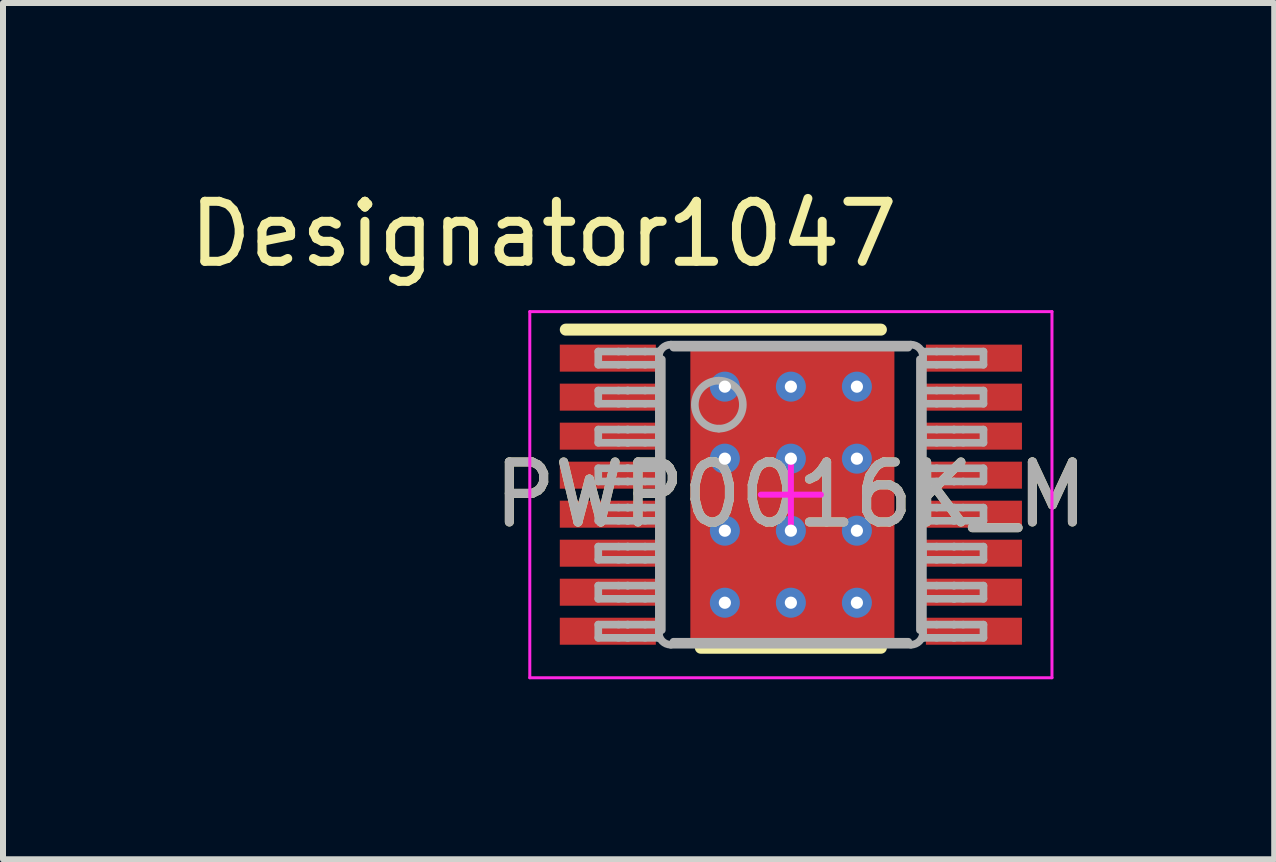
<source format=kicad_pcb>
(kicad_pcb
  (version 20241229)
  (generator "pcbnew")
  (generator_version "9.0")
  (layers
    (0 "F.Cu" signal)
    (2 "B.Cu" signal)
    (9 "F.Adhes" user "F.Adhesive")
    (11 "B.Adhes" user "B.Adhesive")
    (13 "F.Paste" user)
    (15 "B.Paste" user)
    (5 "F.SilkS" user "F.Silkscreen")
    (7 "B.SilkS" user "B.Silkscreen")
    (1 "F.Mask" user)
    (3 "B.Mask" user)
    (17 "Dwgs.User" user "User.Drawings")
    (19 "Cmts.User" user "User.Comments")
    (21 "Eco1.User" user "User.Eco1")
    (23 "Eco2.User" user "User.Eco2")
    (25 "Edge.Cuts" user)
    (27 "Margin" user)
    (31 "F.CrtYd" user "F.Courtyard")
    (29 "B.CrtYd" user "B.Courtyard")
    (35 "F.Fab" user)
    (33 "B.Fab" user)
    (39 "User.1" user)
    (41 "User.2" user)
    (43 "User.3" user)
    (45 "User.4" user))
  (footprint "PWP0016K_M"
    (layer "F.Cu")
    (at 10.127 5.192)
    (property "Reference" "PWP0016K_M" (at 0 0 0) (unlocked yes) (layer "F.SilkS") (effects (font (size 1 1) (thickness 0.15))))
    (attr smd)
    (fp_poly (pts (xy -1.23 1.109) (xy -1.23 -1.109) (xy -1.229 -1.118) (xy -1.226 -1.126) (xy -1.222 -1.134) (xy -1.216 -1.141) (xy -1.209 -1.147) (xy -1.201 -1.151) (xy -1.193 -1.154) (xy -1.184 -1.155) (xy 1.184 -1.155) (xy 1.193 -1.154) (xy 1.201 -1.151) (xy 1.209 -1.147) (xy 1.216 -1.141) (xy 1.222 -1.134) (xy 1.226 -1.126) (xy 1.229 -1.118) (xy 1.23 -1.109) (xy 1.23 1.109) (xy 1.229 1.118) (xy 1.226 1.126) (xy 1.222 1.134) (xy 1.216 1.141) (xy 1.209 1.147) (xy 1.201 1.151) (xy 1.193 1.154) (xy 1.184 1.155) (xy -1.184 1.155) (xy -1.193 1.154) (xy -1.201 1.151) (xy -1.209 1.147) (xy -1.216 1.141) (xy -1.222 1.134) (xy -1.226 1.126) (xy -1.229 1.118)) (stroke (width 0) (type solid)) (fill yes) (layer "F.Mask"))
    (fp_line (start -3.75 -2.75) (end 1.5 -2.75) (stroke (width 0.2) (type solid)) (layer "F.SilkS"))
    (fp_line (start -1.5 2.55) (end 1.5 2.55) (stroke (width 0.2) (type solid)) (layer "F.SilkS"))
    (fp_poly (pts (xy -1.23 1.109) (xy -1.23 -1.109) (xy -1.229 -1.118) (xy -1.226 -1.126) (xy -1.222 -1.134) (xy -1.216 -1.141) (xy -1.209 -1.147) (xy -1.201 -1.151) (xy -1.193 -1.154) (xy -1.184 -1.155) (xy 1.184 -1.155) (xy 1.193 -1.154) (xy 1.201 -1.151) (xy 1.209 -1.147) (xy 1.216 -1.141) (xy 1.222 -1.134) (xy 1.226 -1.126) (xy 1.229 -1.118) (xy 1.23 -1.109) (xy 1.23 1.109) (xy 1.229 1.118) (xy 1.226 1.126) (xy 1.222 1.134) (xy 1.216 1.141) (xy 1.209 1.147) (xy 1.201 1.151) (xy 1.193 1.154) (xy 1.184 1.155) (xy -1.184 1.155) (xy -1.193 1.154) (xy -1.201 1.151) (xy -1.209 1.147) (xy -1.216 1.141) (xy -1.222 1.134) (xy -1.226 1.126) (xy -1.229 1.118)) (stroke (width 0) (type solid)) (fill yes) (layer "F.Paste"))
    (fp_line (start -4.35 -3.05) (end 4.35 -3.05) (stroke (width 0.05) (type solid)) (layer "F.CrtYd"))
    (fp_line (start -4.35 3.05) (end -4.35 -3.05) (stroke (width 0.05) (type solid)) (layer "F.CrtYd"))
    (fp_line (start -4.35 3.05) (end 4.35 3.05) (stroke (width 0.05) (type solid)) (layer "F.CrtYd"))
    (fp_line (start -0.5 -0.000003) (end 0.5 -0.000003) (stroke (width 0.1) (type solid)) (layer "F.CrtYd"))
    (fp_line (start -0.000003 0.5) (end -0.000003 -0.5) (stroke (width 0.1) (type solid)) (layer "F.CrtYd"))
    (fp_line (start 4.35 3.05) (end 4.35 -3.05) (stroke (width 0.05) (type solid)) (layer "F.CrtYd"))
    (fp_line (start -3.209 -2.385) (end -2.871 -2.385) (stroke (width 0.127) (type solid)) (layer "F.Fab"))
    (fp_line (start -3.209 -2.165) (end -3.209 -2.385) (stroke (width 0.127) (type solid)) (layer "F.Fab"))
    (fp_line (start -3.209 -2.165) (end -2.871 -2.165) (stroke (width 0.127) (type solid)) (layer "F.Fab"))
    (fp_line (start -3.209 -1.735) (end -2.871 -1.735) (stroke (width 0.127) (type solid)) (layer "F.Fab"))
    (fp_line (start -3.209 -1.515) (end -3.209 -1.735) (stroke (width 0.127) (type solid)) (layer "F.Fab"))
    (fp_line (start -3.209 -1.515) (end -2.871 -1.515) (stroke (width 0.127) (type solid)) (layer "F.Fab"))
    (fp_line (start -3.209 -1.085) (end -2.871 -1.085) (stroke (width 0.127) (type solid)) (layer "F.Fab"))
    (fp_line (start -3.209 -0.865) (end -3.209 -1.085) (stroke (width 0.127) (type solid)) (layer "F.Fab"))
    (fp_line (start -3.209 -0.865) (end -2.871 -0.865) (stroke (width 0.127) (type solid)) (layer "F.Fab"))
    (fp_line (start -3.209 -0.44) (end -2.871 -0.44) (stroke (width 0.127) (type solid)) (layer "F.Fab"))
    (fp_line (start -3.209 -0.22) (end -3.209 -0.44) (stroke (width 0.127) (type solid)) (layer "F.Fab"))
    (fp_line (start -3.209 -0.22) (end -2.871 -0.22) (stroke (width 0.127) (type solid)) (layer "F.Fab"))
    (fp_line (start -3.209 0.215) (end -2.871 0.215) (stroke (width 0.127) (type solid)) (layer "F.Fab"))
    (fp_line (start -3.209 0.435) (end -3.209 0.215) (stroke (width 0.127) (type solid)) (layer "F.Fab"))
    (fp_line (start -3.209 0.435) (end -2.871 0.435) (stroke (width 0.127) (type solid)) (layer "F.Fab"))
    (fp_line (start -3.209 0.865) (end -2.871 0.865) (stroke (width 0.127) (type solid)) (layer "F.Fab"))
    (fp_line (start -3.209 1.085) (end -3.209 0.865) (stroke (width 0.127) (type solid)) (layer "F.Fab"))
    (fp_line (start -3.209 1.085) (end -2.871 1.085) (stroke (width 0.127) (type solid)) (layer "F.Fab"))
    (fp_line (start -3.209 1.515) (end -2.871 1.515) (stroke (width 0.127) (type solid)) (layer "F.Fab"))
    (fp_line (start -3.209 1.735) (end -3.209 1.515) (stroke (width 0.127) (type solid)) (layer "F.Fab"))
    (fp_line (start -3.209 1.735) (end -2.871 1.735) (stroke (width 0.127) (type solid)) (layer "F.Fab"))
    (fp_line (start -3.209 2.165) (end -2.871 2.165) (stroke (width 0.127) (type solid)) (layer "F.Fab"))
    (fp_line (start -3.209 2.385) (end -3.209 2.165) (stroke (width 0.127) (type solid)) (layer "F.Fab"))
    (fp_line (start -3.209 2.385) (end -2.871 2.385) (stroke (width 0.127) (type solid)) (layer "F.Fab"))
    (fp_line (start -2.871 -2.385) (end -2.723 -2.385) (stroke (width 0.127) (type solid)) (layer "F.Fab"))
    (fp_line (start -2.871 -2.165) (end -2.723 -2.165) (stroke (width 0.127) (type solid)) (layer "F.Fab"))
    (fp_line (start -2.871 -1.735) (end -2.723 -1.735) (stroke (width 0.127) (type solid)) (layer "F.Fab"))
    (fp_line (start -2.871 -1.515) (end -2.723 -1.515) (stroke (width 0.127) (type solid)) (layer "F.Fab"))
    (fp_line (start -2.871 -1.085) (end -2.723 -1.085) (stroke (width 0.127) (type solid)) (layer "F.Fab"))
    (fp_line (start -2.871 -0.865) (end -2.723 -0.865) (stroke (width 0.127) (type solid)) (layer "F.Fab"))
    (fp_line (start -2.871 -0.44) (end -2.723 -0.44) (stroke (width 0.127) (type solid)) (layer "F.Fab"))
    (fp_line (start -2.871 -0.22) (end -2.723 -0.22) (stroke (width 0.127) (type solid)) (layer "F.Fab"))
    (fp_line (start -2.871 0.215) (end -2.723 0.215) (stroke (width 0.127) (type solid)) (layer "F.Fab"))
    (fp_line (start -2.871 0.435) (end -2.723 0.435) (stroke (width 0.127) (type solid)) (layer "F.Fab"))
    (fp_line (start -2.871 0.865) (end -2.723 0.865) (stroke (width 0.127) (type solid)) (layer "F.Fab"))
    (fp_line (start -2.871 1.085) (end -2.723 1.085) (stroke (width 0.127) (type solid)) (layer "F.Fab"))
    (fp_line (start -2.871 1.515) (end -2.723 1.515) (stroke (width 0.127) (type solid)) (layer "F.Fab"))
    (fp_line (start -2.871 1.735) (end -2.723 1.735) (stroke (width 0.127) (type solid)) (layer "F.Fab"))
    (fp_line (start -2.871 2.165) (end -2.723 2.165) (stroke (width 0.127) (type solid)) (layer "F.Fab"))
    (fp_line (start -2.871 2.385) (end -2.723 2.385) (stroke (width 0.127) (type solid)) (layer "F.Fab"))
    (fp_line (start -2.723 -2.385) (end -2.714 -2.385) (stroke (width 0.127) (type solid)) (layer "F.Fab"))
    (fp_line (start -2.723 -2.165) (end -2.714 -2.165) (stroke (width 0.127) (type solid)) (layer "F.Fab"))
    (fp_line (start -2.723 -1.735) (end -2.714 -1.735) (stroke (width 0.127) (type solid)) (layer "F.Fab"))
    (fp_line (start -2.723 -1.515) (end -2.714 -1.515) (stroke (width 0.127) (type solid)) (layer "F.Fab"))
    (fp_line (start -2.723 -1.085) (end -2.714 -1.085) (stroke (width 0.127) (type solid)) (layer "F.Fab"))
    (fp_line (start -2.723 -0.865) (end -2.714 -0.865) (stroke (width 0.127) (type solid)) (layer "F.Fab"))
    (fp_line (start -2.723 -0.44) (end -2.714 -0.44) (stroke (width 0.127) (type solid)) (layer "F.Fab"))
    (fp_line (start -2.723 -0.22) (end -2.714 -0.22) (stroke (width 0.127) (type solid)) (layer "F.Fab"))
    (fp_line (start -2.723 0.215) (end -2.714 0.215) (stroke (width 0.127) (type solid)) (layer "F.Fab"))
    (fp_line (start -2.723 0.435) (end -2.714 0.435) (stroke (width 0.127) (type solid)) (layer "F.Fab"))
    (fp_line (start -2.723 0.865) (end -2.714 0.865) (stroke (width 0.127) (type solid)) (layer "F.Fab"))
    (fp_line (start -2.723 1.085) (end -2.714 1.085) (stroke (width 0.127) (type solid)) (layer "F.Fab"))
    (fp_line (start -2.723 1.515) (end -2.714 1.515) (stroke (width 0.127) (type solid)) (layer "F.Fab"))
    (fp_line (start -2.723 1.735) (end -2.714 1.735) (stroke (width 0.127) (type solid)) (layer "F.Fab"))
    (fp_line (start -2.723 2.165) (end -2.714 2.165) (stroke (width 0.127) (type solid)) (layer "F.Fab"))
    (fp_line (start -2.723 2.385) (end -2.714 2.385) (stroke (width 0.127) (type solid)) (layer "F.Fab"))
    (fp_line (start -2.714 -2.385) (end -2.429 -2.385) (stroke (width 0.127) (type solid)) (layer "F.Fab"))
    (fp_line (start -2.714 -2.165) (end -2.429 -2.165) (stroke (width 0.127) (type solid)) (layer "F.Fab"))
    (fp_line (start -2.714 -1.735) (end -2.429 -1.735) (stroke (width 0.127) (type solid)) (layer "F.Fab"))
    (fp_line (start -2.714 -1.515) (end -2.429 -1.515) (stroke (width 0.127) (type solid)) (layer "F.Fab"))
    (fp_line (start -2.714 -1.085) (end -2.429 -1.085) (stroke (width 0.127) (type solid)) (layer "F.Fab"))
    (fp_line (start -2.714 -0.865) (end -2.429 -0.865) (stroke (width 0.127) (type solid)) (layer "F.Fab"))
    (fp_line (start -2.714 -0.44) (end -2.429 -0.44) (stroke (width 0.127) (type solid)) (layer "F.Fab"))
    (fp_line (start -2.714 -0.22) (end -2.429 -0.22) (stroke (width 0.127) (type solid)) (layer "F.Fab"))
    (fp_line (start -2.714 0.215) (end -2.429 0.215) (stroke (width 0.127) (type solid)) (layer "F.Fab"))
    (fp_line (start -2.714 0.435) (end -2.429 0.435) (stroke (width 0.127) (type solid)) (layer "F.Fab"))
    (fp_line (start -2.714 0.865) (end -2.429 0.865) (stroke (width 0.127) (type solid)) (layer "F.Fab"))
    (fp_line (start -2.714 1.085) (end -2.429 1.085) (stroke (width 0.127) (type solid)) (layer "F.Fab"))
    (fp_line (start -2.714 1.515) (end -2.429 1.515) (stroke (width 0.127) (type solid)) (layer "F.Fab"))
    (fp_line (start -2.714 1.735) (end -2.429 1.735) (stroke (width 0.127) (type solid)) (layer "F.Fab"))
    (fp_line (start -2.714 2.165) (end -2.429 2.165) (stroke (width 0.127) (type solid)) (layer "F.Fab"))
    (fp_line (start -2.714 2.385) (end -2.429 2.385) (stroke (width 0.127) (type solid)) (layer "F.Fab"))
    (fp_line (start -2.429 -2.385) (end -2.2 -2.385) (stroke (width 0.127) (type solid)) (layer "F.Fab"))
    (fp_line (start -2.429 -2.165) (end -2.2 -2.165) (stroke (width 0.127) (type solid)) (layer "F.Fab"))
    (fp_line (start -2.429 -1.735) (end -2.2 -1.735) (stroke (width 0.127) (type solid)) (layer "F.Fab"))
    (fp_line (start -2.429 -1.515) (end -2.2 -1.515) (stroke (width 0.127) (type solid)) (layer "F.Fab"))
    (fp_line (start -2.429 -1.085) (end -2.2 -1.085) (stroke (width 0.127) (type solid)) (layer "F.Fab"))
    (fp_line (start -2.429 -0.865) (end -2.2 -0.865) (stroke (width 0.127) (type solid)) (layer "F.Fab"))
    (fp_line (start -2.429 -0.44) (end -2.2 -0.44) (stroke (width 0.127) (type solid)) (layer "F.Fab"))
    (fp_line (start -2.429 -0.22) (end -2.2 -0.22) (stroke (width 0.127) (type solid)) (layer "F.Fab"))
    (fp_line (start -2.429 0.215) (end -2.2 0.215) (stroke (width 0.127) (type solid)) (layer "F.Fab"))
    (fp_line (start -2.429 0.435) (end -2.2 0.435) (stroke (width 0.127) (type solid)) (layer "F.Fab"))
    (fp_line (start -2.429 0.865) (end -2.2 0.865) (stroke (width 0.127) (type solid)) (layer "F.Fab"))
    (fp_line (start -2.429 1.085) (end -2.2 1.085) (stroke (width 0.127) (type solid)) (layer "F.Fab"))
    (fp_line (start -2.429 1.515) (end -2.2 1.515) (stroke (width 0.127) (type solid)) (layer "F.Fab"))
    (fp_line (start -2.429 1.735) (end -2.2 1.735) (stroke (width 0.127) (type solid)) (layer "F.Fab"))
    (fp_line (start -2.429 2.165) (end -2.2 2.165) (stroke (width 0.127) (type solid)) (layer "F.Fab"))
    (fp_line (start -2.429 2.385) (end -2.2 2.385) (stroke (width 0.127) (type solid)) (layer "F.Fab"))
    (fp_line (start -2.2 -2.165) (end -2.2 -2.385) (stroke (width 0.127) (type solid)) (layer "F.Fab"))
    (fp_line (start -2.2 -1.515) (end -2.2 -1.735) (stroke (width 0.127) (type solid)) (layer "F.Fab"))
    (fp_line (start -2.2 -0.865) (end -2.2 -1.085) (stroke (width 0.127) (type solid)) (layer "F.Fab"))
    (fp_line (start -2.2 -0.22) (end -2.2 -0.44) (stroke (width 0.127) (type solid)) (layer "F.Fab"))
    (fp_line (start -2.2 0.435) (end -2.2 0.215) (stroke (width 0.127) (type solid)) (layer "F.Fab"))
    (fp_line (start -2.2 1.085) (end -2.2 0.865) (stroke (width 0.127) (type solid)) (layer "F.Fab"))
    (fp_line (start -2.2 1.735) (end -2.2 1.515) (stroke (width 0.127) (type solid)) (layer "F.Fab"))
    (fp_line (start -2.2 2.3) (end -2.2 -2.3) (stroke (width 0.127) (type solid)) (layer "F.Fab"))
    (fp_line (start -2.2 2.385) (end -2.2 2.165) (stroke (width 0.127) (type solid)) (layer "F.Fab"))
    (fp_line (start -2.15 2.256) (end -2.15 -2.256) (stroke (width 0.127) (type solid)) (layer "F.Fab"))
    (fp_line (start -2 -2.5) (end 2 -2.5) (stroke (width 0.127) (type solid)) (layer "F.Fab"))
    (fp_line (start -2 2.5) (end 2 2.5) (stroke (width 0.127) (type solid)) (layer "F.Fab"))
    (fp_line (start -1.956 -2.45) (end 1.956 -2.45) (stroke (width 0.127) (type solid)) (layer "F.Fab"))
    (fp_line (start -1.956 2.45) (end 1.956 2.45) (stroke (width 0.127) (type solid)) (layer "F.Fab"))
    (fp_line (start 2.15 2.256) (end 2.15 -2.256) (stroke (width 0.127) (type solid)) (layer "F.Fab"))
    (fp_line (start 2.2 -2.385) (end 2.429 -2.385) (stroke (width 0.127) (type solid)) (layer "F.Fab"))
    (fp_line (start 2.2 -2.165) (end 2.2 -2.385) (stroke (width 0.127) (type solid)) (layer "F.Fab"))
    (fp_line (start 2.2 -2.165) (end 2.429 -2.165) (stroke (width 0.127) (type solid)) (layer "F.Fab"))
    (fp_line (start 2.2 -1.735) (end 2.429 -1.735) (stroke (width 0.127) (type solid)) (layer "F.Fab"))
    (fp_line (start 2.2 -1.515) (end 2.2 -1.735) (stroke (width 0.127) (type solid)) (layer "F.Fab"))
    (fp_line (start 2.2 -1.515) (end 2.429 -1.515) (stroke (width 0.127) (type solid)) (layer "F.Fab"))
    (fp_line (start 2.2 -1.085) (end 2.429 -1.085) (stroke (width 0.127) (type solid)) (layer "F.Fab"))
    (fp_line (start 2.2 -0.865) (end 2.2 -1.085) (stroke (width 0.127) (type solid)) (layer "F.Fab"))
    (fp_line (start 2.2 -0.865) (end 2.429 -0.865) (stroke (width 0.127) (type solid)) (layer "F.Fab"))
    (fp_line (start 2.2 -0.44) (end 2.429 -0.44) (stroke (width 0.127) (type solid)) (layer "F.Fab"))
    (fp_line (start 2.2 -0.22) (end 2.2 -0.44) (stroke (width 0.127) (type solid)) (layer "F.Fab"))
    (fp_line (start 2.2 -0.22) (end 2.429 -0.22) (stroke (width 0.127) (type solid)) (layer "F.Fab"))
    (fp_line (start 2.2 0.215) (end 2.429 0.215) (stroke (width 0.127) (type solid)) (layer "F.Fab"))
    (fp_line (start 2.2 0.435) (end 2.2 0.215) (stroke (width 0.127) (type solid)) (layer "F.Fab"))
    (fp_line (start 2.2 0.435) (end 2.429 0.435) (stroke (width 0.127) (type solid)) (layer "F.Fab"))
    (fp_line (start 2.2 0.865) (end 2.429 0.865) (stroke (width 0.127) (type solid)) (layer "F.Fab"))
    (fp_line (start 2.2 1.085) (end 2.2 0.865) (stroke (width 0.127) (type solid)) (layer "F.Fab"))
    (fp_line (start 2.2 1.085) (end 2.429 1.085) (stroke (width 0.127) (type solid)) (layer "F.Fab"))
    (fp_line (start 2.2 1.515) (end 2.429 1.515) (stroke (width 0.127) (type solid)) (layer "F.Fab"))
    (fp_line (start 2.2 1.735) (end 2.2 1.515) (stroke (width 0.127) (type solid)) (layer "F.Fab"))
    (fp_line (start 2.2 1.735) (end 2.429 1.735) (stroke (width 0.127) (type solid)) (layer "F.Fab"))
    (fp_line (start 2.2 2.165) (end 2.429 2.165) (stroke (width 0.127) (type solid)) (layer "F.Fab"))
    (fp_line (start 2.2 2.3) (end 2.2 -2.3) (stroke (width 0.127) (type solid)) (layer "F.Fab"))
    (fp_line (start 2.2 2.385) (end 2.2 2.165) (stroke (width 0.127) (type solid)) (layer "F.Fab"))
    (fp_line (start 2.2 2.385) (end 2.429 2.385) (stroke (width 0.127) (type solid)) (layer "F.Fab"))
    (fp_line (start 2.429 -2.385) (end 2.714 -2.385) (stroke (width 0.127) (type solid)) (layer "F.Fab"))
    (fp_line (start 2.429 -2.165) (end 2.714 -2.165) (stroke (width 0.127) (type solid)) (layer "F.Fab"))
    (fp_line (start 2.429 -1.735) (end 2.714 -1.735) (stroke (width 0.127) (type solid)) (layer "F.Fab"))
    (fp_line (start 2.429 -1.515) (end 2.714 -1.515) (stroke (width 0.127) (type solid)) (layer "F.Fab"))
    (fp_line (start 2.429 -1.085) (end 2.714 -1.085) (stroke (width 0.127) (type solid)) (layer "F.Fab"))
    (fp_line (start 2.429 -0.865) (end 2.714 -0.865) (stroke (width 0.127) (type solid)) (layer "F.Fab"))
    (fp_line (start 2.429 -0.44) (end 2.714 -0.44) (stroke (width 0.127) (type solid)) (layer "F.Fab"))
    (fp_line (start 2.429 -0.22) (end 2.714 -0.22) (stroke (width 0.127) (type solid)) (layer "F.Fab"))
    (fp_line (start 2.429 0.215) (end 2.714 0.215) (stroke (width 0.127) (type solid)) (layer "F.Fab"))
    (fp_line (start 2.429 0.435) (end 2.714 0.435) (stroke (width 0.127) (type solid)) (layer "F.Fab"))
    (fp_line (start 2.429 0.865) (end 2.714 0.865) (stroke (width 0.127) (type solid)) (layer "F.Fab"))
    (fp_line (start 2.429 1.085) (end 2.714 1.085) (stroke (width 0.127) (type solid)) (layer "F.Fab"))
    (fp_line (start 2.429 1.515) (end 2.714 1.515) (stroke (width 0.127) (type solid)) (layer "F.Fab"))
    (fp_line (start 2.429 1.735) (end 2.714 1.735) (stroke (width 0.127) (type solid)) (layer "F.Fab"))
    (fp_line (start 2.429 2.165) (end 2.714 2.165) (stroke (width 0.127) (type solid)) (layer "F.Fab"))
    (fp_line (start 2.429 2.385) (end 2.714 2.385) (stroke (width 0.127) (type solid)) (layer "F.Fab"))
    (fp_line (start 2.714 -2.385) (end 2.723 -2.385) (stroke (width 0.127) (type solid)) (layer "F.Fab"))
    (fp_line (start 2.714 -2.165) (end 2.723 -2.165) (stroke (width 0.127) (type solid)) (layer "F.Fab"))
    (fp_line (start 2.714 -1.735) (end 2.723 -1.735) (stroke (width 0.127) (type solid)) (layer "F.Fab"))
    (fp_line (start 2.714 -1.515) (end 2.723 -1.515) (stroke (width 0.127) (type solid)) (layer "F.Fab"))
    (fp_line (start 2.714 -1.085) (end 2.723 -1.085) (stroke (width 0.127) (type solid)) (layer "F.Fab"))
    (fp_line (start 2.714 -0.865) (end 2.723 -0.865) (stroke (width 0.127) (type solid)) (layer "F.Fab"))
    (fp_line (start 2.714 -0.44) (end 2.723 -0.44) (stroke (width 0.127) (type solid)) (layer "F.Fab"))
    (fp_line (start 2.714 -0.22) (end 2.723 -0.22) (stroke (width 0.127) (type solid)) (layer "F.Fab"))
    (fp_line (start 2.714 0.215) (end 2.723 0.215) (stroke (width 0.127) (type solid)) (layer "F.Fab"))
    (fp_line (start 2.714 0.435) (end 2.723 0.435) (stroke (width 0.127) (type solid)) (layer "F.Fab"))
    (fp_line (start 2.714 0.865) (end 2.723 0.865) (stroke (width 0.127) (type solid)) (layer "F.Fab"))
    (fp_line (start 2.714 1.085) (end 2.723 1.085) (stroke (width 0.127) (type solid)) (layer "F.Fab"))
    (fp_line (start 2.714 1.515) (end 2.723 1.515) (stroke (width 0.127) (type solid)) (layer "F.Fab"))
    (fp_line (start 2.714 1.735) (end 2.723 1.735) (stroke (width 0.127) (type solid)) (layer "F.Fab"))
    (fp_line (start 2.714 2.165) (end 2.723 2.165) (stroke (width 0.127) (type solid)) (layer "F.Fab"))
    (fp_line (start 2.714 2.385) (end 2.723 2.385) (stroke (width 0.127) (type solid)) (layer "F.Fab"))
    (fp_line (start 2.723 -2.385) (end 2.871 -2.385) (stroke (width 0.127) (type solid)) (layer "F.Fab"))
    (fp_line (start 2.723 -2.165) (end 2.871 -2.165) (stroke (width 0.127) (type solid)) (layer "F.Fab"))
    (fp_line (start 2.723 -1.735) (end 2.871 -1.735) (stroke (width 0.127) (type solid)) (layer "F.Fab"))
    (fp_line (start 2.723 -1.515) (end 2.871 -1.515) (stroke (width 0.127) (type solid)) (layer "F.Fab"))
    (fp_line (start 2.723 -1.085) (end 2.871 -1.085) (stroke (width 0.127) (type solid)) (layer "F.Fab"))
    (fp_line (start 2.723 -0.865) (end 2.871 -0.865) (stroke (width 0.127) (type solid)) (layer "F.Fab"))
    (fp_line (start 2.723 -0.44) (end 2.871 -0.44) (stroke (width 0.127) (type solid)) (layer "F.Fab"))
    (fp_line (start 2.723 -0.22) (end 2.871 -0.22) (stroke (width 0.127) (type solid)) (layer "F.Fab"))
    (fp_line (start 2.723 0.215) (end 2.871 0.215) (stroke (width 0.127) (type solid)) (layer "F.Fab"))
    (fp_line (start 2.723 0.435) (end 2.871 0.435) (stroke (width 0.127) (type solid)) (layer "F.Fab"))
    (fp_line (start 2.723 0.865) (end 2.871 0.865) (stroke (width 0.127) (type solid)) (layer "F.Fab"))
    (fp_line (start 2.723 1.085) (end 2.871 1.085) (stroke (width 0.127) (type solid)) (layer "F.Fab"))
    (fp_line (start 2.723 1.515) (end 2.871 1.515) (stroke (width 0.127) (type solid)) (layer "F.Fab"))
    (fp_line (start 2.723 1.735) (end 2.871 1.735) (stroke (width 0.127) (type solid)) (layer "F.Fab"))
    (fp_line (start 2.723 2.165) (end 2.871 2.165) (stroke (width 0.127) (type solid)) (layer "F.Fab"))
    (fp_line (start 2.723 2.385) (end 2.871 2.385) (stroke (width 0.127) (type solid)) (layer "F.Fab"))
    (fp_line (start 2.871 -2.385) (end 3.209 -2.385) (stroke (width 0.127) (type solid)) (layer "F.Fab"))
    (fp_line (start 2.871 -2.165) (end 3.209 -2.165) (stroke (width 0.127) (type solid)) (layer "F.Fab"))
    (fp_line (start 2.871 -1.735) (end 3.209 -1.735) (stroke (width 0.127) (type solid)) (layer "F.Fab"))
    (fp_line (start 2.871 -1.515) (end 3.209 -1.515) (stroke (width 0.127) (type solid)) (layer "F.Fab"))
    (fp_line (start 2.871 -1.085) (end 3.209 -1.085) (stroke (width 0.127) (type solid)) (layer "F.Fab"))
    (fp_line (start 2.871 -0.865) (end 3.209 -0.865) (stroke (width 0.127) (type solid)) (layer "F.Fab"))
    (fp_line (start 2.871 -0.44) (end 3.209 -0.44) (stroke (width 0.127) (type solid)) (layer "F.Fab"))
    (fp_line (start 2.871 -0.22) (end 3.209 -0.22) (stroke (width 0.127) (type solid)) (layer "F.Fab"))
    (fp_line (start 2.871 0.215) (end 3.209 0.215) (stroke (width 0.127) (type solid)) (layer "F.Fab"))
    (fp_line (start 2.871 0.435) (end 3.209 0.435) (stroke (width 0.127) (type solid)) (layer "F.Fab"))
    (fp_line (start 2.871 0.865) (end 3.209 0.865) (stroke (width 0.127) (type solid)) (layer "F.Fab"))
    (fp_line (start 2.871 1.085) (end 3.209 1.085) (stroke (width 0.127) (type solid)) (layer "F.Fab"))
    (fp_line (start 2.871 1.515) (end 3.209 1.515) (stroke (width 0.127) (type solid)) (layer "F.Fab"))
    (fp_line (start 2.871 1.735) (end 3.209 1.735) (stroke (width 0.127) (type solid)) (layer "F.Fab"))
    (fp_line (start 2.871 2.165) (end 3.209 2.165) (stroke (width 0.127) (type solid)) (layer "F.Fab"))
    (fp_line (start 2.871 2.385) (end 3.209 2.385) (stroke (width 0.127) (type solid)) (layer "F.Fab"))
    (fp_line (start 3.209 -2.165) (end 3.209 -2.385) (stroke (width 0.127) (type solid)) (layer "F.Fab"))
    (fp_line (start 3.209 -1.515) (end 3.209 -1.735) (stroke (width 0.127) (type solid)) (layer "F.Fab"))
    (fp_line (start 3.209 -0.865) (end 3.209 -1.085) (stroke (width 0.127) (type solid)) (layer "F.Fab"))
    (fp_line (start 3.209 -0.22) (end 3.209 -0.44) (stroke (width 0.127) (type solid)) (layer "F.Fab"))
    (fp_line (start 3.209 0.435) (end 3.209 0.215) (stroke (width 0.127) (type solid)) (layer "F.Fab"))
    (fp_line (start 3.209 1.085) (end 3.209 0.865) (stroke (width 0.127) (type solid)) (layer "F.Fab"))
    (fp_line (start 3.209 1.735) (end 3.209 1.515) (stroke (width 0.127) (type solid)) (layer "F.Fab"))
    (fp_line (start 3.209 2.385) (end 3.209 2.165) (stroke (width 0.127) (type solid)) (layer "F.Fab"))
    (fp_arc (start -2.200001 -2.300018) (mid -2.141422 -2.441439) (end -2.000001 -2.500018) (stroke (width 0.127) (type solid)) (layer "F.Fab"))
    (fp_arc (start -2.000001 2.499998) (mid -2.141422 2.441419) (end -2.200001 2.299998) (stroke (width 0.127) (type solid)) (layer "F.Fab"))
    (fp_arc (start -1.200003 -1.900019) (mid -0.800003 -1.50002) (end -1.200003 -1.100021) (stroke (width 0.127) (type solid)) (layer "F.Fab"))
    (fp_arc (start -1.200003 -1.100021) (mid -1.600002 -1.50002) (end -1.200003 -1.900019) (stroke (width 0.127) (type solid)) (layer "F.Fab"))
    (fp_arc (start 1.999991 -2.500018) (mid 2.141412 -2.441439) (end 2.199991 -2.300018) (stroke (width 0.127) (type solid)) (layer "F.Fab"))
    (fp_arc (start 2.199991 2.299998) (mid 2.141412 2.441419) (end 1.999991 2.499998) (stroke (width 0.127) (type solid)) (layer "F.Fab"))
    (fp_text user "Designator1047" (at -4.121 -4.343 0) (unlocked yes) (layer "F.SilkS") (effects (font (size 1 1) (thickness 0.15))))
    (fp_text user "${REFERENCE}" (at 0 0 0) (unlocked yes) (layer "F.Fab") (effects (font (size 1 1) (thickness 0.15))))
    (pad "1" smd rect (at -3.05 -2.275 90) (size 0.45 1.6) (layers "F.Cu" "F.Mask" "F.Paste"))
    (pad "2" smd rect (at -3.05 -1.625 90) (size 0.45 1.6) (layers "F.Cu" "F.Mask" "F.Paste"))
    (pad "3" smd rect (at -3.05 -0.975 90) (size 0.45 1.6) (layers "F.Cu" "F.Mask" "F.Paste"))
    (pad "4" smd rect (at -3.05 -0.325 90) (size 0.45 1.6) (layers "F.Cu" "F.Mask" "F.Paste"))
    (pad "5" smd rect (at -3.05 0.325 90) (size 0.45 1.6) (layers "F.Cu" "F.Mask" "F.Paste"))
    (pad "6" smd rect (at -3.05 0.975 90) (size 0.45 1.6) (layers "F.Cu" "F.Mask" "F.Paste"))
    (pad "7" smd rect (at -3.05 1.625 90) (size 0.45 1.6) (layers "F.Cu" "F.Mask" "F.Paste"))
    (pad "8" smd rect (at -3.05 2.275 90) (size 0.45 1.6) (layers "F.Cu" "F.Mask" "F.Paste"))
    (pad "9" smd rect (at 3.05 2.275 90) (size 0.45 1.6) (layers "F.Cu" "F.Mask" "F.Paste"))
    (pad "10" smd rect (at 3.05 1.625 90) (size 0.45 1.6) (layers "F.Cu" "F.Mask" "F.Paste"))
    (pad "11" smd rect (at 3.05 0.975 90) (size 0.45 1.6) (layers "F.Cu" "F.Mask" "F.Paste"))
    (pad "12" smd rect (at 3.05 0.325 90) (size 0.45 1.6) (layers "F.Cu" "F.Mask" "F.Paste"))
    (pad "13" smd rect (at 3.05 -0.325 90) (size 0.45 1.6) (layers "F.Cu" "F.Mask" "F.Paste"))
    (pad "14" smd rect (at 3.05 -0.975 90) (size 0.45 1.6) (layers "F.Cu" "F.Mask" "F.Paste"))
    (pad "15" smd rect (at 3.05 -1.625 90) (size 0.45 1.6) (layers "F.Cu" "F.Mask" "F.Paste"))
    (pad "16" smd rect (at 3.05 -2.275 90) (size 0.45 1.6) (layers "F.Cu" "F.Mask" "F.Paste"))
    (pad "17" smd rect (at 0.025 -0.000003) (size 3.4 5) (layers "F.Cu" "F.Mask" "F.Paste"))
    (pad "18" thru_hole circle (at 1.1 0.6) (size 0.5 0.5) (drill 0.203) (layers "*.Cu" "*.Mask"))
    (pad "19" thru_hole circle (at 1.1 -0.6) (size 0.5 0.5) (drill 0.203) (layers "*.Cu" "*.Mask"))
    (pad "20" thru_hole circle (at -1.1 0.6) (size 0.5 0.5) (drill 0.203) (layers "*.Cu" "*.Mask"))
    (pad "21" thru_hole circle (at -1.1 -0.6) (size 0.5 0.5) (drill 0.203) (layers "*.Cu" "*.Mask"))
    (pad "22" thru_hole circle (at 0 0.6) (size 0.5 0.5) (drill 0.203) (layers "*.Cu" "*.Mask"))
    (pad "23" thru_hole circle (at 0 -0.6) (size 0.5 0.5) (drill 0.203) (layers "*.Cu" "*.Mask"))
    (pad "24" thru_hole circle (at 1.1 1.8) (size 0.5 0.5) (drill 0.203) (layers "*.Cu" "*.Mask"))
    (pad "25" thru_hole circle (at 0 1.8) (size 0.5 0.5) (drill 0.203) (layers "*.Cu" "*.Mask"))
    (pad "26" thru_hole circle (at -1.1 1.8) (size 0.5 0.5) (drill 0.203) (layers "*.Cu" "*.Mask"))
    (pad "27" thru_hole circle (at 1.1 -1.8) (size 0.5 0.5) (drill 0.203) (layers "*.Cu" "*.Mask"))
    (pad "28" thru_hole circle (at -1.1 -1.8) (size 0.5 0.5) (drill 0.203) (layers "*.Cu" "*.Mask"))
    (pad "29" thru_hole circle (at 0 -1.8) (size 0.5 0.5) (drill 0.203) (layers "*.Cu" "*.Mask")))
  (gr_rect
    (start -3 -3)
    (end 18.18 11.267)
    (stroke (width 0.1) (type default))
    (fill no)
    (layer "Edge.Cuts")))
</source>
